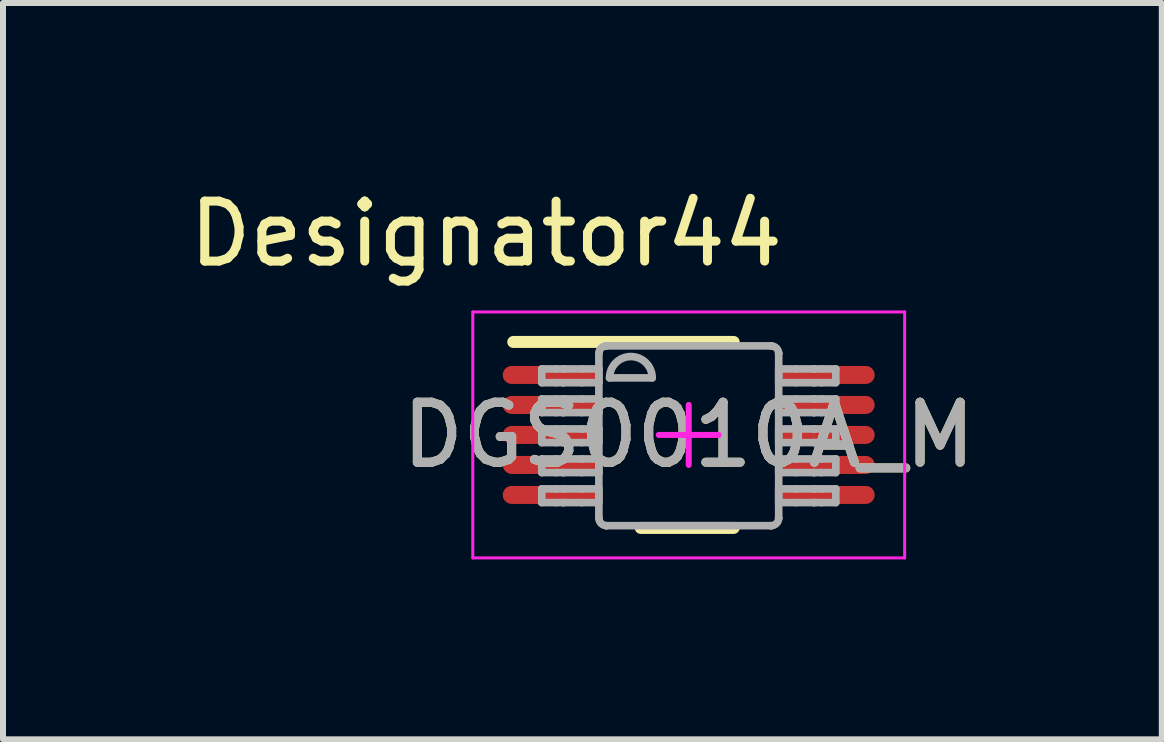
<source format=kicad_pcb>
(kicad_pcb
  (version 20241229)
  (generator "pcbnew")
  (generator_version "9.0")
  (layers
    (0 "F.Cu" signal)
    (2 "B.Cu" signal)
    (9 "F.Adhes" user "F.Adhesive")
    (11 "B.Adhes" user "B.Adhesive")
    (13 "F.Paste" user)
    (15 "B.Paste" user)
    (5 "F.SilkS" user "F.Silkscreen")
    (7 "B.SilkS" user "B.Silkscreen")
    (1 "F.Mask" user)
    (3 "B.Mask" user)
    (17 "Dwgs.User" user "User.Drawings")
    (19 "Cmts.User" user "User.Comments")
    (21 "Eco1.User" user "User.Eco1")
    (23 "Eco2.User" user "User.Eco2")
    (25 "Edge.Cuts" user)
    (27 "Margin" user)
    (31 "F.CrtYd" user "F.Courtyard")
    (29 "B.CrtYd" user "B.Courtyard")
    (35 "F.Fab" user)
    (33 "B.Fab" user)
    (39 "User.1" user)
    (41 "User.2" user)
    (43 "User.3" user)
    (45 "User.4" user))
  (footprint "DGS0010A_M"
    (layer "F.Cu")
    (at 8.432 4.201)
    (property "Reference" "DGS0010A_M" (at 0 0 0) (unlocked yes) (layer "F.SilkS") (effects (font (size 1 1) (thickness 0.15))))
    (attr smd)
    (fp_line (start -2.925 -1.55) (end 0.75 -1.55) (stroke (width 0.2) (type solid)) (layer "F.SilkS"))
    (fp_line (start -0.8 1.55) (end 0.75 1.55) (stroke (width 0.2) (type solid)) (layer "F.SilkS"))
    (fp_line (start -3.6 -2.05) (end 3.6 -2.05) (stroke (width 0.05) (type solid)) (layer "F.CrtYd"))
    (fp_line (start -3.6 2.05) (end -3.6 -2.05) (stroke (width 0.05) (type solid)) (layer "F.CrtYd"))
    (fp_line (start -3.6 2.05) (end 3.6 2.05) (stroke (width 0.05) (type solid)) (layer "F.CrtYd"))
    (fp_line (start -0.5 0.000003) (end 0.5 0.000003) (stroke (width 0.1) (type solid)) (layer "F.CrtYd"))
    (fp_line (start 0 0.5) (end 0 -0.5) (stroke (width 0.1) (type solid)) (layer "F.CrtYd"))
    (fp_line (start 3.6 2.05) (end 3.6 -2.05) (stroke (width 0.05) (type solid)) (layer "F.CrtYd"))
    (fp_line (start -2.45 -1.1) (end -2.21 -1.1) (stroke (width 0.127) (type solid)) (layer "F.Fab"))
    (fp_line (start -2.45 -0.871) (end -2.45 -1.1) (stroke (width 0.127) (type solid)) (layer "F.Fab"))
    (fp_line (start -2.45 -0.871) (end -2.21 -0.871) (stroke (width 0.127) (type solid)) (layer "F.Fab"))
    (fp_line (start -2.45 -0.6) (end -2.21 -0.6) (stroke (width 0.127) (type solid)) (layer "F.Fab"))
    (fp_line (start -2.45 -0.372) (end -2.45 -0.6) (stroke (width 0.127) (type solid)) (layer "F.Fab"))
    (fp_line (start -2.45 -0.372) (end -2.21 -0.372) (stroke (width 0.127) (type solid)) (layer "F.Fab"))
    (fp_line (start -2.45 -0.1) (end -2.21 -0.1) (stroke (width 0.127) (type solid)) (layer "F.Fab"))
    (fp_line (start -2.45 0.128) (end -2.45 -0.1) (stroke (width 0.127) (type solid)) (layer "F.Fab"))
    (fp_line (start -2.45 0.128) (end -2.21 0.128) (stroke (width 0.127) (type solid)) (layer "F.Fab"))
    (fp_line (start -2.45 0.4) (end -2.21 0.4) (stroke (width 0.127) (type solid)) (layer "F.Fab"))
    (fp_line (start -2.45 0.628) (end -2.45 0.4) (stroke (width 0.127) (type solid)) (layer "F.Fab"))
    (fp_line (start -2.45 0.628) (end -2.21 0.628) (stroke (width 0.127) (type solid)) (layer "F.Fab"))
    (fp_line (start -2.45 0.899) (end -2.21 0.899) (stroke (width 0.127) (type solid)) (layer "F.Fab"))
    (fp_line (start -2.45 1.128) (end -2.45 0.899) (stroke (width 0.127) (type solid)) (layer "F.Fab"))
    (fp_line (start -2.45 1.128) (end -2.21 1.128) (stroke (width 0.127) (type solid)) (layer "F.Fab"))
    (fp_line (start -2.21 -1.1) (end -2.09 -1.1) (stroke (width 0.127) (type solid)) (layer "F.Fab"))
    (fp_line (start -2.21 -0.871) (end -2.09 -0.871) (stroke (width 0.127) (type solid)) (layer "F.Fab"))
    (fp_line (start -2.21 -0.6) (end -2.09 -0.6) (stroke (width 0.127) (type solid)) (layer "F.Fab"))
    (fp_line (start -2.21 -0.372) (end -2.09 -0.372) (stroke (width 0.127) (type solid)) (layer "F.Fab"))
    (fp_line (start -2.21 -0.1) (end -2.09 -0.1) (stroke (width 0.127) (type solid)) (layer "F.Fab"))
    (fp_line (start -2.21 0.128) (end -2.09 0.128) (stroke (width 0.127) (type solid)) (layer "F.Fab"))
    (fp_line (start -2.21 0.4) (end -2.09 0.4) (stroke (width 0.127) (type solid)) (layer "F.Fab"))
    (fp_line (start -2.21 0.628) (end -2.09 0.628) (stroke (width 0.127) (type solid)) (layer "F.Fab"))
    (fp_line (start -2.21 0.899) (end -2.09 0.899) (stroke (width 0.127) (type solid)) (layer "F.Fab"))
    (fp_line (start -2.21 1.128) (end -2.09 1.128) (stroke (width 0.127) (type solid)) (layer "F.Fab"))
    (fp_line (start -2.09 -1.1) (end -2.087 -1.1) (stroke (width 0.127) (type solid)) (layer "F.Fab"))
    (fp_line (start -2.09 -0.871) (end -2.087 -0.871) (stroke (width 0.127) (type solid)) (layer "F.Fab"))
    (fp_line (start -2.09 -0.6) (end -2.087 -0.6) (stroke (width 0.127) (type solid)) (layer "F.Fab"))
    (fp_line (start -2.09 -0.372) (end -2.087 -0.372) (stroke (width 0.127) (type solid)) (layer "F.Fab"))
    (fp_line (start -2.09 -0.1) (end -2.087 -0.1) (stroke (width 0.127) (type solid)) (layer "F.Fab"))
    (fp_line (start -2.09 0.128) (end -2.087 0.128) (stroke (width 0.127) (type solid)) (layer "F.Fab"))
    (fp_line (start -2.09 0.4) (end -2.087 0.4) (stroke (width 0.127) (type solid)) (layer "F.Fab"))
    (fp_line (start -2.09 0.628) (end -2.087 0.628) (stroke (width 0.127) (type solid)) (layer "F.Fab"))
    (fp_line (start -2.09 0.899) (end -2.087 0.899) (stroke (width 0.127) (type solid)) (layer "F.Fab"))
    (fp_line (start -2.09 1.128) (end -2.087 1.128) (stroke (width 0.127) (type solid)) (layer "F.Fab"))
    (fp_line (start -2.087 -1.1) (end -1.784 -1.1) (stroke (width 0.127) (type solid)) (layer "F.Fab"))
    (fp_line (start -2.087 -0.871) (end -1.784 -0.871) (stroke (width 0.127) (type solid)) (layer "F.Fab"))
    (fp_line (start -2.087 -0.6) (end -1.784 -0.6) (stroke (width 0.127) (type solid)) (layer "F.Fab"))
    (fp_line (start -2.087 -0.372) (end -1.784 -0.372) (stroke (width 0.127) (type solid)) (layer "F.Fab"))
    (fp_line (start -2.087 -0.1) (end -1.784 -0.1) (stroke (width 0.127) (type solid)) (layer "F.Fab"))
    (fp_line (start -2.087 0.128) (end -1.784 0.128) (stroke (width 0.127) (type solid)) (layer "F.Fab"))
    (fp_line (start -2.087 0.4) (end -1.784 0.4) (stroke (width 0.127) (type solid)) (layer "F.Fab"))
    (fp_line (start -2.087 0.628) (end -1.784 0.628) (stroke (width 0.127) (type solid)) (layer "F.Fab"))
    (fp_line (start -2.087 0.899) (end -1.784 0.899) (stroke (width 0.127) (type solid)) (layer "F.Fab"))
    (fp_line (start -2.087 1.128) (end -1.784 1.128) (stroke (width 0.127) (type solid)) (layer "F.Fab"))
    (fp_line (start -1.784 -1.1) (end -1.498 -1.1) (stroke (width 0.127) (type solid)) (layer "F.Fab"))
    (fp_line (start -1.784 -0.871) (end -1.498 -0.871) (stroke (width 0.127) (type solid)) (layer "F.Fab"))
    (fp_line (start -1.784 -0.6) (end -1.498 -0.6) (stroke (width 0.127) (type solid)) (layer "F.Fab"))
    (fp_line (start -1.784 -0.372) (end -1.498 -0.372) (stroke (width 0.127) (type solid)) (layer "F.Fab"))
    (fp_line (start -1.784 -0.1) (end -1.498 -0.1) (stroke (width 0.127) (type solid)) (layer "F.Fab"))
    (fp_line (start -1.784 0.128) (end -1.498 0.128) (stroke (width 0.127) (type solid)) (layer "F.Fab"))
    (fp_line (start -1.784 0.4) (end -1.498 0.4) (stroke (width 0.127) (type solid)) (layer "F.Fab"))
    (fp_line (start -1.784 0.628) (end -1.498 0.628) (stroke (width 0.127) (type solid)) (layer "F.Fab"))
    (fp_line (start -1.784 0.899) (end -1.498 0.899) (stroke (width 0.127) (type solid)) (layer "F.Fab"))
    (fp_line (start -1.784 1.128) (end -1.498 1.128) (stroke (width 0.127) (type solid)) (layer "F.Fab"))
    (fp_line (start -1.498 -1.358) (end -1.497 -1.36) (stroke (width 0.127) (type solid)) (layer "F.Fab"))
    (fp_line (start -1.498 -0.871) (end -1.498 -1.1) (stroke (width 0.127) (type solid)) (layer "F.Fab"))
    (fp_line (start -1.498 -0.372) (end -1.498 -0.6) (stroke (width 0.127) (type solid)) (layer "F.Fab"))
    (fp_line (start -1.498 0.128) (end -1.498 -0.1) (stroke (width 0.127) (type solid)) (layer "F.Fab"))
    (fp_line (start -1.498 0.628) (end -1.498 0.4) (stroke (width 0.127) (type solid)) (layer "F.Fab"))
    (fp_line (start -1.498 1.128) (end -1.498 0.899) (stroke (width 0.127) (type solid)) (layer "F.Fab"))
    (fp_line (start -1.498 1.386) (end -1.498 -1.358) (stroke (width 0.127) (type solid)) (layer "F.Fab"))
    (fp_line (start -1.498 1.386) (end -1.497 1.388) (stroke (width 0.127) (type solid)) (layer "F.Fab"))
    (fp_line (start -1.373 -1.485) (end -1.371 -1.485) (stroke (width 0.127) (type solid)) (layer "F.Fab"))
    (fp_line (start -1.373 1.513) (end -1.371 1.513) (stroke (width 0.127) (type solid)) (layer "F.Fab"))
    (fp_line (start -1.371 -1.485) (end 1.373 -1.485) (stroke (width 0.127) (type solid)) (layer "F.Fab"))
    (fp_line (start -1.371 1.513) (end 1.373 1.513) (stroke (width 0.127) (type solid)) (layer "F.Fab"))
    (fp_line (start -1.32 -0.951) (end -0.609 -0.951) (stroke (width 0.127) (type solid)) (layer "F.Fab"))
    (fp_line (start 1.373 -1.485) (end 1.375 -1.485) (stroke (width 0.127) (type solid)) (layer "F.Fab"))
    (fp_line (start 1.373 1.513) (end 1.375 1.513) (stroke (width 0.127) (type solid)) (layer "F.Fab"))
    (fp_line (start 1.5 -1.36) (end 1.5 -1.358) (stroke (width 0.127) (type solid)) (layer "F.Fab"))
    (fp_line (start 1.5 1.388) (end 1.5 1.386) (stroke (width 0.127) (type solid)) (layer "F.Fab"))
    (fp_line (start 1.5 -1.1) (end 1.786 -1.1) (stroke (width 0.127) (type solid)) (layer "F.Fab"))
    (fp_line (start 1.5 -0.871) (end 1.5 -1.1) (stroke (width 0.127) (type solid)) (layer "F.Fab"))
    (fp_line (start 1.5 -0.871) (end 1.786 -0.871) (stroke (width 0.127) (type solid)) (layer "F.Fab"))
    (fp_line (start 1.5 -0.6) (end 1.786 -0.6) (stroke (width 0.127) (type solid)) (layer "F.Fab"))
    (fp_line (start 1.5 -0.372) (end 1.5 -0.6) (stroke (width 0.127) (type solid)) (layer "F.Fab"))
    (fp_line (start 1.5 -0.372) (end 1.786 -0.372) (stroke (width 0.127) (type solid)) (layer "F.Fab"))
    (fp_line (start 1.5 -0.1) (end 1.786 -0.1) (stroke (width 0.127) (type solid)) (layer "F.Fab"))
    (fp_line (start 1.5 0.128) (end 1.5 -0.1) (stroke (width 0.127) (type solid)) (layer "F.Fab"))
    (fp_line (start 1.5 0.128) (end 1.786 0.128) (stroke (width 0.127) (type solid)) (layer "F.Fab"))
    (fp_line (start 1.5 0.4) (end 1.786 0.4) (stroke (width 0.127) (type solid)) (layer "F.Fab"))
    (fp_line (start 1.5 0.628) (end 1.5 0.4) (stroke (width 0.127) (type solid)) (layer "F.Fab"))
    (fp_line (start 1.5 0.628) (end 1.786 0.628) (stroke (width 0.127) (type solid)) (layer "F.Fab"))
    (fp_line (start 1.5 0.899) (end 1.786 0.899) (stroke (width 0.127) (type solid)) (layer "F.Fab"))
    (fp_line (start 1.5 1.128) (end 1.5 0.899) (stroke (width 0.127) (type solid)) (layer "F.Fab"))
    (fp_line (start 1.5 1.128) (end 1.786 1.128) (stroke (width 0.127) (type solid)) (layer "F.Fab"))
    (fp_line (start 1.5 1.386) (end 1.5 -1.358) (stroke (width 0.127) (type solid)) (layer "F.Fab"))
    (fp_line (start 1.786 -1.1) (end 2.089 -1.1) (stroke (width 0.127) (type solid)) (layer "F.Fab"))
    (fp_line (start 1.786 -0.871) (end 2.089 -0.871) (stroke (width 0.127) (type solid)) (layer "F.Fab"))
    (fp_line (start 1.786 -0.6) (end 2.089 -0.6) (stroke (width 0.127) (type solid)) (layer "F.Fab"))
    (fp_line (start 1.786 -0.372) (end 2.089 -0.372) (stroke (width 0.127) (type solid)) (layer "F.Fab"))
    (fp_line (start 1.786 -0.1) (end 2.089 -0.1) (stroke (width 0.127) (type solid)) (layer "F.Fab"))
    (fp_line (start 1.786 0.128) (end 2.089 0.128) (stroke (width 0.127) (type solid)) (layer "F.Fab"))
    (fp_line (start 1.786 0.4) (end 2.089 0.4) (stroke (width 0.127) (type solid)) (layer "F.Fab"))
    (fp_line (start 1.786 0.628) (end 2.089 0.628) (stroke (width 0.127) (type solid)) (layer "F.Fab"))
    (fp_line (start 1.786 0.899) (end 2.089 0.899) (stroke (width 0.127) (type solid)) (layer "F.Fab"))
    (fp_line (start 1.786 1.128) (end 2.089 1.128) (stroke (width 0.127) (type solid)) (layer "F.Fab"))
    (fp_line (start 2.089 -1.1) (end 2.093 -1.1) (stroke (width 0.127) (type solid)) (layer "F.Fab"))
    (fp_line (start 2.089 -0.871) (end 2.093 -0.871) (stroke (width 0.127) (type solid)) (layer "F.Fab"))
    (fp_line (start 2.089 -0.6) (end 2.093 -0.6) (stroke (width 0.127) (type solid)) (layer "F.Fab"))
    (fp_line (start 2.089 -0.372) (end 2.093 -0.372) (stroke (width 0.127) (type solid)) (layer "F.Fab"))
    (fp_line (start 2.089 -0.1) (end 2.093 -0.1) (stroke (width 0.127) (type solid)) (layer "F.Fab"))
    (fp_line (start 2.089 0.128) (end 2.093 0.128) (stroke (width 0.127) (type solid)) (layer "F.Fab"))
    (fp_line (start 2.089 0.4) (end 2.093 0.4) (stroke (width 0.127) (type solid)) (layer "F.Fab"))
    (fp_line (start 2.089 0.628) (end 2.093 0.628) (stroke (width 0.127) (type solid)) (layer "F.Fab"))
    (fp_line (start 2.089 0.899) (end 2.093 0.899) (stroke (width 0.127) (type solid)) (layer "F.Fab"))
    (fp_line (start 2.089 1.128) (end 2.093 1.128) (stroke (width 0.127) (type solid)) (layer "F.Fab"))
    (fp_line (start 2.093 -1.1) (end 2.213 -1.1) (stroke (width 0.127) (type solid)) (layer "F.Fab"))
    (fp_line (start 2.093 -0.871) (end 2.213 -0.871) (stroke (width 0.127) (type solid)) (layer "F.Fab"))
    (fp_line (start 2.093 -0.6) (end 2.213 -0.6) (stroke (width 0.127) (type solid)) (layer "F.Fab"))
    (fp_line (start 2.093 -0.372) (end 2.213 -0.372) (stroke (width 0.127) (type solid)) (layer "F.Fab"))
    (fp_line (start 2.093 -0.1) (end 2.213 -0.1) (stroke (width 0.127) (type solid)) (layer "F.Fab"))
    (fp_line (start 2.093 0.128) (end 2.213 0.128) (stroke (width 0.127) (type solid)) (layer "F.Fab"))
    (fp_line (start 2.093 0.4) (end 2.213 0.4) (stroke (width 0.127) (type solid)) (layer "F.Fab"))
    (fp_line (start 2.093 0.628) (end 2.213 0.628) (stroke (width 0.127) (type solid)) (layer "F.Fab"))
    (fp_line (start 2.093 0.899) (end 2.213 0.899) (stroke (width 0.127) (type solid)) (layer "F.Fab"))
    (fp_line (start 2.093 1.128) (end 2.213 1.128) (stroke (width 0.127) (type solid)) (layer "F.Fab"))
    (fp_line (start 2.213 -1.1) (end 2.452 -1.1) (stroke (width 0.127) (type solid)) (layer "F.Fab"))
    (fp_line (start 2.213 -0.871) (end 2.452 -0.871) (stroke (width 0.127) (type solid)) (layer "F.Fab"))
    (fp_line (start 2.213 -0.6) (end 2.452 -0.6) (stroke (width 0.127) (type solid)) (layer "F.Fab"))
    (fp_line (start 2.213 -0.372) (end 2.452 -0.372) (stroke (width 0.127) (type solid)) (layer "F.Fab"))
    (fp_line (start 2.213 -0.1) (end 2.452 -0.1) (stroke (width 0.127) (type solid)) (layer "F.Fab"))
    (fp_line (start 2.213 0.128) (end 2.452 0.128) (stroke (width 0.127) (type solid)) (layer "F.Fab"))
    (fp_line (start 2.213 0.4) (end 2.452 0.4) (stroke (width 0.127) (type solid)) (layer "F.Fab"))
    (fp_line (start 2.213 0.628) (end 2.452 0.628) (stroke (width 0.127) (type solid)) (layer "F.Fab"))
    (fp_line (start 2.213 0.899) (end 2.452 0.899) (stroke (width 0.127) (type solid)) (layer "F.Fab"))
    (fp_line (start 2.213 1.128) (end 2.452 1.128) (stroke (width 0.127) (type solid)) (layer "F.Fab"))
    (fp_line (start 2.452 -0.871) (end 2.452 -1.1) (stroke (width 0.127) (type solid)) (layer "F.Fab"))
    (fp_line (start 2.452 -0.372) (end 2.452 -0.6) (stroke (width 0.127) (type solid)) (layer "F.Fab"))
    (fp_line (start 2.452 0.128) (end 2.452 -0.1) (stroke (width 0.127) (type solid)) (layer "F.Fab"))
    (fp_line (start 2.452 0.628) (end 2.452 0.4) (stroke (width 0.127) (type solid)) (layer "F.Fab"))
    (fp_line (start 2.452 1.128) (end 2.452 0.899) (stroke (width 0.127) (type solid)) (layer "F.Fab"))
    (fp_arc (start -1.49745 -1.360299) (mid -1.460293 -1.447356) (end -1.373243 -1.484531) (stroke (width 0.127) (type solid)) (layer "F.Fab"))
    (fp_arc (start -1.373243 1.512619) (mid -1.460293 1.475444) (end -1.49745 1.388386) (stroke (width 0.127) (type solid)) (layer "F.Fab"))
    (fp_arc (start -1.3197 -0.951156) (mid -0.9641 -1.306756) (end -0.6085 -0.951156) (stroke (width 0.127) (type solid)) (layer "F.Fab"))
    (fp_arc (start 1.375443 -1.484532) (mid 1.462505 -1.447362) (end 1.499675 -1.360299) (stroke (width 0.127) (type solid)) (layer "F.Fab"))
    (fp_arc (start 1.499675 1.388387) (mid 1.462505 1.475449) (end 1.375443 1.512619) (stroke (width 0.127) (type solid)) (layer "F.Fab"))
    (fp_text user "Designator44" (at -3.378 -3.353 0) (unlocked yes) (layer "F.SilkS") (effects (font (size 1 1) (thickness 0.15))))
    (fp_text user "${REFERENCE}" (at 0 0 0) (unlocked yes) (layer "F.Fab") (effects (font (size 1 1) (thickness 0.15))))
    (pad "1" smd oval (at -2.325 -1 90) (size 0.3 1.55) (layers "F.Cu" "F.Mask" "F.Paste"))
    (pad "2" smd oval (at -2.325 -0.5 90) (size 0.3 1.55) (layers "F.Cu" "F.Mask" "F.Paste"))
    (pad "3" smd oval (at -2.325 0 90) (size 0.3 1.55) (layers "F.Cu" "F.Mask" "F.Paste"))
    (pad "4" smd oval (at -2.325 0.5 90) (size 0.3 1.55) (layers "F.Cu" "F.Mask" "F.Paste"))
    (pad "5" smd oval (at -2.325 1 90) (size 0.3 1.55) (layers "F.Cu" "F.Mask" "F.Paste"))
    (pad "6" smd oval (at 2.325 1 90) (size 0.3 1.55) (layers "F.Cu" "F.Mask" "F.Paste"))
    (pad "7" smd oval (at 2.325 0.5 90) (size 0.3 1.55) (layers "F.Cu" "F.Mask" "F.Paste"))
    (pad "8" smd oval (at 2.325 0 90) (size 0.3 1.55) (layers "F.Cu" "F.Mask" "F.Paste"))
    (pad "9" smd oval (at 2.325 -0.5 90) (size 0.3 1.55) (layers "F.Cu" "F.Mask" "F.Paste"))
    (pad "10" smd oval (at 2.325 -1 90) (size 0.3 1.55) (layers "F.Cu" "F.Mask" "F.Paste")))
  (gr_rect
    (start -3 -3)
    (end 16.319 9.276)
    (stroke (width 0.1) (type default))
    (fill no)
    (layer "Edge.Cuts")))
</source>
